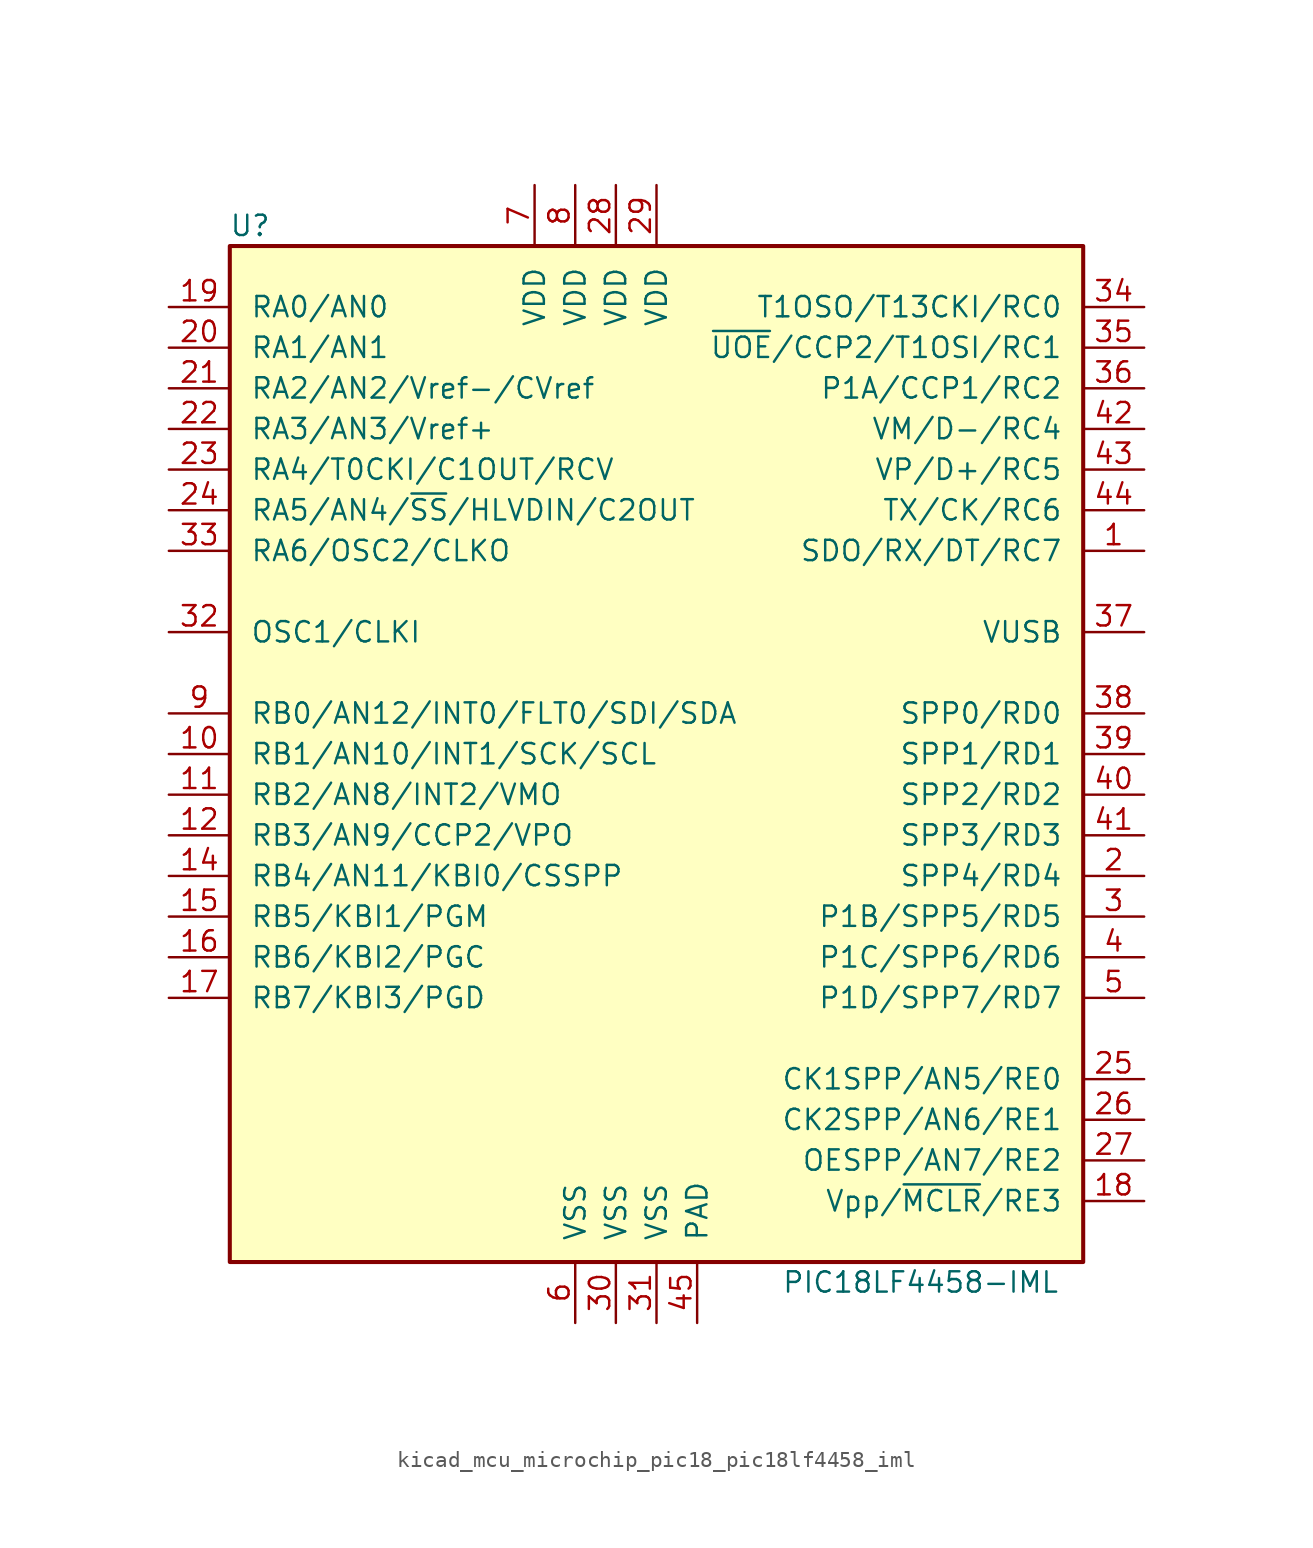
<source format=kicad_sym>
(kicad_symbol_lib
  (version 20220914)
  (generator kicad_symbol_editor)
  (symbol "kicad_mcu_microchip_pic18_pic18lf4458_iml"
    (pin_names
      (offset 1.27))
    (property "Reference" "U"
      (at -25.4 33.02 0)
      (effects (font (size 1.27 1.27))))
    (property "Value" "PIC18LF4458-IML"
      (at 16.51 -33.02 0)
      (effects (font (size 1.27 1.27))))
    (symbol "kicad_mcu_microchip_pic18_pic18lf4458_iml_0_1"
      (rectangle (start -26.67 31.75) (end 26.67 -31.75) (stroke (width 0.254) (type default)) (fill (type background))))
    (symbol "kicad_mcu_microchip_pic18_pic18lf4458_iml_1_1"
      (pin bidirectional line (at 30.48 12.7 180) (length 3.81) (name "SDO/RX/DT/RC7" (effects (font (size 1.27 1.27)))) (number "1" (effects (font (size 1.27 1.27)))))
      (pin bidirectional line (at -30.48 0 0) (length 3.81) (name "RB1/AN10/INT1/SCK/SCL" (effects (font (size 1.27 1.27)))) (number "10" (effects (font (size 1.27 1.27)))))
      (pin bidirectional line (at -30.48 -2.54 0) (length 3.81) (name "RB2/AN8/INT2/VMO" (effects (font (size 1.27 1.27)))) (number "11" (effects (font (size 1.27 1.27)))))
      (pin bidirectional line (at -30.48 -5.08 0) (length 3.81) (name "RB3/AN9/CCP2/VPO" (effects (font (size 1.27 1.27)))) (number "12" (effects (font (size 1.27 1.27)))))
      (pin no_connect line (at -26.67 -27.94 0) (length 3.81) hide (name "NC" (effects (font (size 1.27 1.27)))) (number "13" (effects (font (size 1.27 1.27)))))
      (pin bidirectional line (at -30.48 -7.62 0) (length 3.81) (name "RB4/AN11/KBI0/CSSPP" (effects (font (size 1.27 1.27)))) (number "14" (effects (font (size 1.27 1.27)))))
      (pin bidirectional line (at -30.48 -10.16 0) (length 3.81) (name "RB5/KBI1/PGM" (effects (font (size 1.27 1.27)))) (number "15" (effects (font (size 1.27 1.27)))))
      (pin bidirectional line (at -30.48 -12.7 0) (length 3.81) (name "RB6/KBI2/PGC" (effects (font (size 1.27 1.27)))) (number "16" (effects (font (size 1.27 1.27)))))
      (pin bidirectional line (at -30.48 -15.24 0) (length 3.81) (name "RB7/KBI3/PGD" (effects (font (size 1.27 1.27)))) (number "17" (effects (font (size 1.27 1.27)))))
      (pin input line (at 30.48 -27.94 180) (length 3.81) (name "Vpp/~{MCLR}/RE3" (effects (font (size 1.27 1.27)))) (number "18" (effects (font (size 1.27 1.27)))))
      (pin bidirectional line (at -30.48 27.94 0) (length 3.81) (name "RA0/AN0" (effects (font (size 1.27 1.27)))) (number "19" (effects (font (size 1.27 1.27)))))
      (pin bidirectional line (at 30.48 -7.62 180) (length 3.81) (name "SPP4/RD4" (effects (font (size 1.27 1.27)))) (number "2" (effects (font (size 1.27 1.27)))))
      (pin bidirectional line (at -30.48 25.4 0) (length 3.81) (name "RA1/AN1" (effects (font (size 1.27 1.27)))) (number "20" (effects (font (size 1.27 1.27)))))
      (pin bidirectional line (at -30.48 22.86 0) (length 3.81) (name "RA2/AN2/Vref-/CVref" (effects (font (size 1.27 1.27)))) (number "21" (effects (font (size 1.27 1.27)))))
      (pin bidirectional line (at -30.48 20.32 0) (length 3.81) (name "RA3/AN3/Vref+" (effects (font (size 1.27 1.27)))) (number "22" (effects (font (size 1.27 1.27)))))
      (pin bidirectional line (at -30.48 17.78 0) (length 3.81) (name "RA4/T0CKI/C1OUT/RCV" (effects (font (size 1.27 1.27)))) (number "23" (effects (font (size 1.27 1.27)))))
      (pin bidirectional line (at -30.48 15.24 0) (length 3.81) (name "RA5/AN4/~{SS}/HLVDIN/C2OUT" (effects (font (size 1.27 1.27)))) (number "24" (effects (font (size 1.27 1.27)))))
      (pin bidirectional line (at 30.48 -20.32 180) (length 3.81) (name "CK1SPP/AN5/RE0" (effects (font (size 1.27 1.27)))) (number "25" (effects (font (size 1.27 1.27)))))
      (pin bidirectional line (at 30.48 -22.86 180) (length 3.81) (name "CK2SPP/AN6/RE1" (effects (font (size 1.27 1.27)))) (number "26" (effects (font (size 1.27 1.27)))))
      (pin bidirectional line (at 30.48 -25.4 180) (length 3.81) (name "OESPP/AN7/RE2" (effects (font (size 1.27 1.27)))) (number "27" (effects (font (size 1.27 1.27)))))
      (pin power_in line (at -2.54 35.56 270) (length 3.81) (name "VDD" (effects (font (size 1.27 1.27)))) (number "28" (effects (font (size 1.27 1.27)))))
      (pin power_in line (at 0 35.56 270) (length 3.81) (name "VDD" (effects (font (size 1.27 1.27)))) (number "29" (effects (font (size 1.27 1.27)))))
      (pin bidirectional line (at 30.48 -10.16 180) (length 3.81) (name "P1B/SPP5/RD5" (effects (font (size 1.27 1.27)))) (number "3" (effects (font (size 1.27 1.27)))))
      (pin power_in line (at -2.54 -35.56 90) (length 3.81) (name "VSS" (effects (font (size 1.27 1.27)))) (number "30" (effects (font (size 1.27 1.27)))))
      (pin power_in line (at 0 -35.56 90) (length 3.81) (name "VSS" (effects (font (size 1.27 1.27)))) (number "31" (effects (font (size 1.27 1.27)))))
      (pin input line (at -30.48 7.62 0) (length 3.81) (name "OSC1/CLKI" (effects (font (size 1.27 1.27)))) (number "32" (effects (font (size 1.27 1.27)))))
      (pin bidirectional line (at -30.48 12.7 0) (length 3.81) (name "RA6/OSC2/CLKO" (effects (font (size 1.27 1.27)))) (number "33" (effects (font (size 1.27 1.27)))))
      (pin bidirectional line (at 30.48 27.94 180) (length 3.81) (name "T1OSO/T13CKI/RC0" (effects (font (size 1.27 1.27)))) (number "34" (effects (font (size 1.27 1.27)))))
      (pin bidirectional line (at 30.48 25.4 180) (length 3.81) (name "~{UOE}/CCP2/T1OSI/RC1" (effects (font (size 1.27 1.27)))) (number "35" (effects (font (size 1.27 1.27)))))
      (pin bidirectional line (at 30.48 22.86 180) (length 3.81) (name "P1A/CCP1/RC2" (effects (font (size 1.27 1.27)))) (number "36" (effects (font (size 1.27 1.27)))))
      (pin bidirectional line (at 30.48 7.62 180) (length 3.81) (name "VUSB" (effects (font (size 1.27 1.27)))) (number "37" (effects (font (size 1.27 1.27)))))
      (pin bidirectional line (at 30.48 2.54 180) (length 3.81) (name "SPP0/RD0" (effects (font (size 1.27 1.27)))) (number "38" (effects (font (size 1.27 1.27)))))
      (pin bidirectional line (at 30.48 0 180) (length 3.81) (name "SPP1/RD1" (effects (font (size 1.27 1.27)))) (number "39" (effects (font (size 1.27 1.27)))))
      (pin bidirectional line (at 30.48 -12.7 180) (length 3.81) (name "P1C/SPP6/RD6" (effects (font (size 1.27 1.27)))) (number "4" (effects (font (size 1.27 1.27)))))
      (pin bidirectional line (at 30.48 -2.54 180) (length 3.81) (name "SPP2/RD2" (effects (font (size 1.27 1.27)))) (number "40" (effects (font (size 1.27 1.27)))))
      (pin bidirectional line (at 30.48 -5.08 180) (length 3.81) (name "SPP3/RD3" (effects (font (size 1.27 1.27)))) (number "41" (effects (font (size 1.27 1.27)))))
      (pin bidirectional line (at 30.48 20.32 180) (length 3.81) (name "VM/D-/RC4" (effects (font (size 1.27 1.27)))) (number "42" (effects (font (size 1.27 1.27)))))
      (pin bidirectional line (at 30.48 17.78 180) (length 3.81) (name "VP/D+/RC5" (effects (font (size 1.27 1.27)))) (number "43" (effects (font (size 1.27 1.27)))))
      (pin bidirectional line (at 30.48 15.24 180) (length 3.81) (name "TX/CK/RC6" (effects (font (size 1.27 1.27)))) (number "44" (effects (font (size 1.27 1.27)))))
      (pin power_in line (at 2.54 -35.56 90) (length 3.81) (name "PAD" (effects (font (size 1.27 1.27)))) (number "45" (effects (font (size 1.27 1.27)))))
      (pin bidirectional line (at 30.48 -15.24 180) (length 3.81) (name "P1D/SPP7/RD7" (effects (font (size 1.27 1.27)))) (number "5" (effects (font (size 1.27 1.27)))))
      (pin power_in line (at -5.08 -35.56 90) (length 3.81) (name "VSS" (effects (font (size 1.27 1.27)))) (number "6" (effects (font (size 1.27 1.27)))))
      (pin power_in line (at -7.62 35.56 270) (length 3.81) (name "VDD" (effects (font (size 1.27 1.27)))) (number "7" (effects (font (size 1.27 1.27)))))
      (pin power_in line (at -5.08 35.56 270) (length 3.81) (name "VDD" (effects (font (size 1.27 1.27)))) (number "8" (effects (font (size 1.27 1.27)))))
      (pin bidirectional line (at -30.48 2.54 0) (length 3.81) (name "RB0/AN12/INT0/FLT0/SDI/SDA" (effects (font (size 1.27 1.27)))) (number "9" (effects (font (size 1.27 1.27))))))))
</source>
